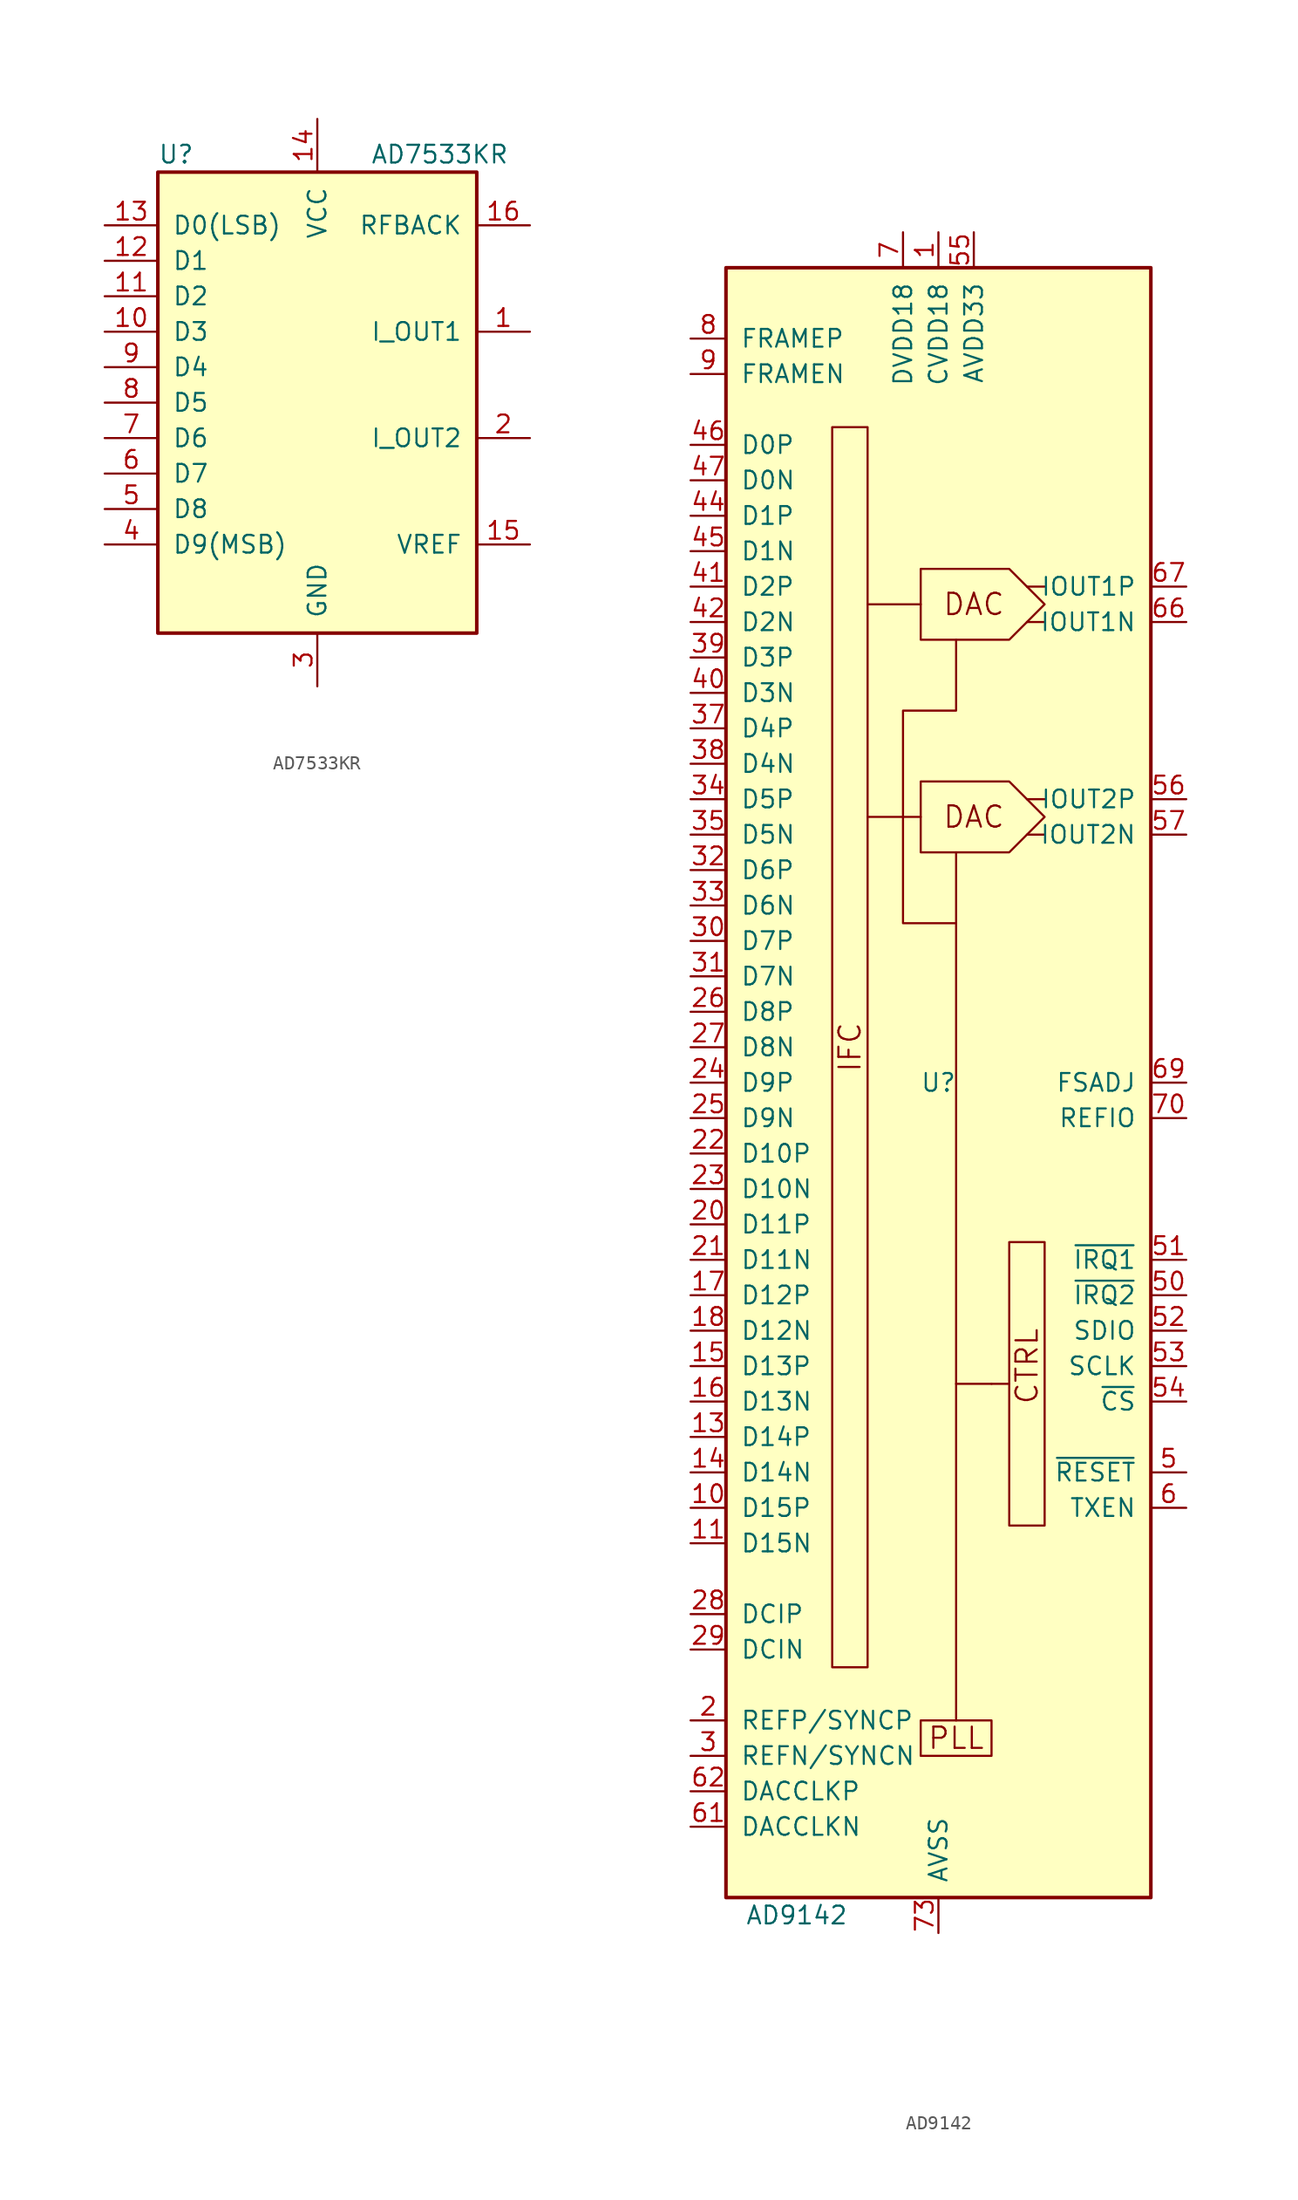
<source format=kicad_sym>
(kicad_symbol_lib
  (version 20211014)
  (generator kicad_symbol_editor)
  (symbol "AD7533KR"
    (pin_names
      (offset 1.016))
    (property "Reference" "U"
      (at -11.43 17.78 0)
      (effects (font (size 1.27 1.27)) (justify left)))
    (property "Value" "AD7533KR"
      (at 3.81 17.78 0)
      (effects (font (size 1.27 1.27)) (justify left)))
    (symbol "AD7533KR_0_1"
      (rectangle (start -11.43 -16.51) (end 11.43 16.51) (stroke (width 0.254) (type default) (color 0 0 0 0)) (fill (type background))))
    (symbol "AD7533KR_1_1"
      (pin passive line (at 15.24 5.08 180) (length 3.81) (name "I_OUT1" (effects (font (size 1.27 1.27)))) (number "1" (effects (font (size 1.27 1.27)))))
      (pin input line (at -15.24 5.08 0) (length 3.81) (name "D3" (effects (font (size 1.27 1.27)))) (number "10" (effects (font (size 1.27 1.27)))))
      (pin input line (at -15.24 7.62 0) (length 3.81) (name "D2" (effects (font (size 1.27 1.27)))) (number "11" (effects (font (size 1.27 1.27)))))
      (pin input line (at -15.24 10.16 0) (length 3.81) (name "D1" (effects (font (size 1.27 1.27)))) (number "12" (effects (font (size 1.27 1.27)))))
      (pin input line (at -15.24 12.7 0) (length 3.81) (name "D0(LSB)" (effects (font (size 1.27 1.27)))) (number "13" (effects (font (size 1.27 1.27)))))
      (pin power_in line (at 0 20.32 270) (length 3.81) (name "VCC" (effects (font (size 1.27 1.27)))) (number "14" (effects (font (size 1.27 1.27)))))
      (pin passive line (at 15.24 -10.16 180) (length 3.81) (name "VREF" (effects (font (size 1.27 1.27)))) (number "15" (effects (font (size 1.27 1.27)))))
      (pin passive line (at 15.24 12.7 180) (length 3.81) (name "RFBACK" (effects (font (size 1.27 1.27)))) (number "16" (effects (font (size 1.27 1.27)))))
      (pin passive line (at 15.24 -2.54 180) (length 3.81) (name "I_OUT2" (effects (font (size 1.27 1.27)))) (number "2" (effects (font (size 1.27 1.27)))))
      (pin power_in line (at 0 -20.32 90) (length 3.81) (name "GND" (effects (font (size 1.27 1.27)))) (number "3" (effects (font (size 1.27 1.27)))))
      (pin input line (at -15.24 -10.16 0) (length 3.81) (name "D9(MSB)" (effects (font (size 1.27 1.27)))) (number "4" (effects (font (size 1.27 1.27)))))
      (pin input line (at -15.24 -7.62 0) (length 3.81) (name "D8" (effects (font (size 1.27 1.27)))) (number "5" (effects (font (size 1.27 1.27)))))
      (pin input line (at -15.24 -5.08 0) (length 3.81) (name "D7" (effects (font (size 1.27 1.27)))) (number "6" (effects (font (size 1.27 1.27)))))
      (pin input line (at -15.24 -2.54 0) (length 3.81) (name "D6" (effects (font (size 1.27 1.27)))) (number "7" (effects (font (size 1.27 1.27)))))
      (pin input line (at -15.24 0 0) (length 3.81) (name "D5" (effects (font (size 1.27 1.27)))) (number "8" (effects (font (size 1.27 1.27)))))
      (pin input line (at -15.24 2.54 0) (length 3.81) (name "D4" (effects (font (size 1.27 1.27)))) (number "9" (effects (font (size 1.27 1.27)))))))
  (symbol "AD9142"
    (pin_names
      (offset 1.016))
    (property "Reference" "U"
      (at 0 0 0)
      (effects (font (size 1.27 1.27))))
    (property "Value" "AD9142"
      (at -10.16 -59.69 0)
      (effects (font (size 1.27 1.27))))
    (symbol "AD9142_0_0"
      (rectangle (start -7.62 46.99) (end -5.08 -41.91) (stroke (width 0) (type default) (color 0 0 0 0)) (fill (type none)))
      (rectangle (start -1.27 -45.72) (end 3.81 -48.26) (stroke (width 0) (type default) (color 0 0 0 0)) (fill (type none)))
      (polyline (pts (xy -1.27 19.05) (xy -5.08 19.05)) (stroke (width 0) (type default) (color 0 0 0 0)) (fill (type none)))
      (polyline (pts (xy -1.27 34.29) (xy -5.08 34.29)) (stroke (width 0) (type default) (color 0 0 0 0)) (fill (type none)))
      (polyline (pts (xy 1.27 -45.72) (xy 1.27 16.51)) (stroke (width 0) (type default) (color 0 0 0 0)) (fill (type none)))
      (polyline (pts (xy 3.81 -21.59) (xy 1.27 -21.59)) (stroke (width 0) (type default) (color 0 0 0 0)) (fill (type none)))
      (polyline (pts (xy 5.08 -21.59) (xy 3.81 -21.59)) (stroke (width 0) (type default) (color 0 0 0 0)) (fill (type none)))
      (polyline (pts (xy 6.35 17.78) (xy 7.62 17.78)) (stroke (width 0) (type default) (color 0 0 0 0)) (fill (type none)))
      (polyline (pts (xy 6.35 20.32) (xy 7.62 20.32)) (stroke (width 0) (type default) (color 0 0 0 0)) (fill (type none)))
      (polyline (pts (xy 6.35 33.02) (xy 7.62 33.02)) (stroke (width 0) (type default) (color 0 0 0 0)) (fill (type none)))
      (polyline (pts (xy 6.35 35.56) (xy 7.62 35.56)) (stroke (width 0) (type default) (color 0 0 0 0)) (fill (type none)))
      (polyline (pts (xy 1.27 11.43) (xy -2.54 11.43) (xy -2.54 26.67) (xy 1.27 26.67) (xy 1.27 31.75)) (stroke (width 0) (type default) (color 0 0 0 0)) (fill (type none)))
      (polyline (pts (xy -1.27 21.59) (xy 5.08 21.59) (xy 7.62 19.05) (xy 5.08 16.51) (xy -1.27 16.51) (xy -1.27 21.59)) (stroke (width 0) (type default) (color 0 0 0 0)) (fill (type none)))
      (polyline (pts (xy -1.27 36.83) (xy 5.08 36.83) (xy 7.62 34.29) (xy 5.08 31.75) (xy -1.27 31.75) (xy -1.27 36.83)) (stroke (width 0) (type default) (color 0 0 0 0)) (fill (type none)))
      (rectangle (start 5.08 -11.43) (end 7.62 -31.75) (stroke (width 0) (type default) (color 0 0 0 0)) (fill (type none)))
      (text "CTRL" (at 6.35 -20.32 900) (effects (font (size 1.524 1.524))))
      (text "DAC" (at 2.54 19.05 0) (effects (font (size 1.524 1.524))))
      (text "DAC" (at 2.54 34.29 0) (effects (font (size 1.524 1.524))))
      (text "IFC" (at -6.35 2.54 900) (effects (font (size 1.524 1.524))))
      (text "PLL" (at 1.27 -46.99 0) (effects (font (size 1.524 1.524)))))
    (symbol "AD9142_0_1"
      (rectangle (start -15.24 58.42) (end 15.24 -58.42) (stroke (width 0.254) (type default) (color 0 0 0 0)) (fill (type background))))
    (symbol "AD9142_1_1"
      (pin power_in line (at 0 60.96 270) (length 2.54) (name "CVDD18" (effects (font (size 1.27 1.27)))) (number "1" (effects (font (size 1.27 1.27)))))
      (pin input line (at -17.78 -30.48 0) (length 2.54) (name "D15P" (effects (font (size 1.27 1.27)))) (number "10" (effects (font (size 1.27 1.27)))))
      (pin input line (at -17.78 -33.02 0) (length 2.54) (name "D15N" (effects (font (size 1.27 1.27)))) (number "11" (effects (font (size 1.27 1.27)))))
      (pin passive line (at -2.54 60.96 270) (length 2.54) hide (name "DVDD18" (effects (font (size 1.27 1.27)))) (number "12" (effects (font (size 1.27 1.27)))))
      (pin input line (at -17.78 -25.4 0) (length 2.54) (name "D14P" (effects (font (size 1.27 1.27)))) (number "13" (effects (font (size 1.27 1.27)))))
      (pin input line (at -17.78 -27.94 0) (length 2.54) (name "D14N" (effects (font (size 1.27 1.27)))) (number "14" (effects (font (size 1.27 1.27)))))
      (pin input line (at -17.78 -20.32 0) (length 2.54) (name "D13P" (effects (font (size 1.27 1.27)))) (number "15" (effects (font (size 1.27 1.27)))))
      (pin input line (at -17.78 -22.86 0) (length 2.54) (name "D13N" (effects (font (size 1.27 1.27)))) (number "16" (effects (font (size 1.27 1.27)))))
      (pin input line (at -17.78 -15.24 0) (length 2.54) (name "D12P" (effects (font (size 1.27 1.27)))) (number "17" (effects (font (size 1.27 1.27)))))
      (pin input line (at -17.78 -17.78 0) (length 2.54) (name "D12N" (effects (font (size 1.27 1.27)))) (number "18" (effects (font (size 1.27 1.27)))))
      (pin passive line (at -2.54 60.96 270) (length 2.54) hide (name "DVDD18" (effects (font (size 1.27 1.27)))) (number "19" (effects (font (size 1.27 1.27)))))
      (pin input line (at -17.78 -45.72 0) (length 2.54) (name "REFP/SYNCP" (effects (font (size 1.27 1.27)))) (number "2" (effects (font (size 1.27 1.27)))))
      (pin input line (at -17.78 -10.16 0) (length 2.54) (name "D11P" (effects (font (size 1.27 1.27)))) (number "20" (effects (font (size 1.27 1.27)))))
      (pin input line (at -17.78 -12.7 0) (length 2.54) (name "D11N" (effects (font (size 1.27 1.27)))) (number "21" (effects (font (size 1.27 1.27)))))
      (pin input line (at -17.78 -5.08 0) (length 2.54) (name "D10P" (effects (font (size 1.27 1.27)))) (number "22" (effects (font (size 1.27 1.27)))))
      (pin input line (at -17.78 -7.62 0) (length 2.54) (name "D10N" (effects (font (size 1.27 1.27)))) (number "23" (effects (font (size 1.27 1.27)))))
      (pin input line (at -17.78 0 0) (length 2.54) (name "D9P" (effects (font (size 1.27 1.27)))) (number "24" (effects (font (size 1.27 1.27)))))
      (pin input line (at -17.78 -2.54 0) (length 2.54) (name "D9N" (effects (font (size 1.27 1.27)))) (number "25" (effects (font (size 1.27 1.27)))))
      (pin input line (at -17.78 5.08 0) (length 2.54) (name "D8P" (effects (font (size 1.27 1.27)))) (number "26" (effects (font (size 1.27 1.27)))))
      (pin input line (at -17.78 2.54 0) (length 2.54) (name "D8N" (effects (font (size 1.27 1.27)))) (number "27" (effects (font (size 1.27 1.27)))))
      (pin input line (at -17.78 -38.1 0) (length 2.54) (name "DCIP" (effects (font (size 1.27 1.27)))) (number "28" (effects (font (size 1.27 1.27)))))
      (pin input line (at -17.78 -40.64 0) (length 2.54) (name "DCIN" (effects (font (size 1.27 1.27)))) (number "29" (effects (font (size 1.27 1.27)))))
      (pin input line (at -17.78 -48.26 0) (length 2.54) (name "REFN/SYNCN" (effects (font (size 1.27 1.27)))) (number "3" (effects (font (size 1.27 1.27)))))
      (pin input line (at -17.78 10.16 0) (length 2.54) (name "D7P" (effects (font (size 1.27 1.27)))) (number "30" (effects (font (size 1.27 1.27)))))
      (pin input line (at -17.78 7.62 0) (length 2.54) (name "D7N" (effects (font (size 1.27 1.27)))) (number "31" (effects (font (size 1.27 1.27)))))
      (pin input line (at -17.78 15.24 0) (length 2.54) (name "D6P" (effects (font (size 1.27 1.27)))) (number "32" (effects (font (size 1.27 1.27)))))
      (pin input line (at -17.78 12.7 0) (length 2.54) (name "D6N" (effects (font (size 1.27 1.27)))) (number "33" (effects (font (size 1.27 1.27)))))
      (pin input line (at -17.78 20.32 0) (length 2.54) (name "D5P" (effects (font (size 1.27 1.27)))) (number "34" (effects (font (size 1.27 1.27)))))
      (pin input line (at -17.78 17.78 0) (length 2.54) (name "D5N" (effects (font (size 1.27 1.27)))) (number "35" (effects (font (size 1.27 1.27)))))
      (pin passive line (at -2.54 60.96 270) (length 2.54) hide (name "DVDD18" (effects (font (size 1.27 1.27)))) (number "36" (effects (font (size 1.27 1.27)))))
      (pin input line (at -17.78 25.4 0) (length 2.54) (name "D4P" (effects (font (size 1.27 1.27)))) (number "37" (effects (font (size 1.27 1.27)))))
      (pin input line (at -17.78 22.86 0) (length 2.54) (name "D4N" (effects (font (size 1.27 1.27)))) (number "38" (effects (font (size 1.27 1.27)))))
      (pin input line (at -17.78 30.48 0) (length 2.54) (name "D3P" (effects (font (size 1.27 1.27)))) (number "39" (effects (font (size 1.27 1.27)))))
      (pin passive line (at 0 60.96 270) (length 2.54) hide (name "CVDD18" (effects (font (size 1.27 1.27)))) (number "4" (effects (font (size 1.27 1.27)))))
      (pin input line (at -17.78 27.94 0) (length 2.54) (name "D3N" (effects (font (size 1.27 1.27)))) (number "40" (effects (font (size 1.27 1.27)))))
      (pin input line (at -17.78 35.56 0) (length 2.54) (name "D2P" (effects (font (size 1.27 1.27)))) (number "41" (effects (font (size 1.27 1.27)))))
      (pin input line (at -17.78 33.02 0) (length 2.54) (name "D2N" (effects (font (size 1.27 1.27)))) (number "42" (effects (font (size 1.27 1.27)))))
      (pin passive line (at -2.54 60.96 270) (length 2.54) hide (name "DVDD18" (effects (font (size 1.27 1.27)))) (number "43" (effects (font (size 1.27 1.27)))))
      (pin input line (at -17.78 40.64 0) (length 2.54) (name "D1P" (effects (font (size 1.27 1.27)))) (number "44" (effects (font (size 1.27 1.27)))))
      (pin input line (at -17.78 38.1 0) (length 2.54) (name "D1N" (effects (font (size 1.27 1.27)))) (number "45" (effects (font (size 1.27 1.27)))))
      (pin input line (at -17.78 45.72 0) (length 2.54) (name "D0P" (effects (font (size 1.27 1.27)))) (number "46" (effects (font (size 1.27 1.27)))))
      (pin input line (at -17.78 43.18 0) (length 2.54) (name "D0N" (effects (font (size 1.27 1.27)))) (number "47" (effects (font (size 1.27 1.27)))))
      (pin passive line (at -2.54 60.96 270) (length 2.54) hide (name "DVDD18" (effects (font (size 1.27 1.27)))) (number "48" (effects (font (size 1.27 1.27)))))
      (pin passive line (at -2.54 60.96 270) (length 2.54) hide (name "DVDD18" (effects (font (size 1.27 1.27)))) (number "49" (effects (font (size 1.27 1.27)))))
      (pin input line (at 17.78 -27.94 180) (length 2.54) (name "~{RESET}" (effects (font (size 1.27 1.27)))) (number "5" (effects (font (size 1.27 1.27)))))
      (pin input line (at 17.78 -15.24 180) (length 2.54) (name "~{IRQ2}" (effects (font (size 1.27 1.27)))) (number "50" (effects (font (size 1.27 1.27)))))
      (pin input line (at 17.78 -12.7 180) (length 2.54) (name "~{IRQ1}" (effects (font (size 1.27 1.27)))) (number "51" (effects (font (size 1.27 1.27)))))
      (pin bidirectional line (at 17.78 -17.78 180) (length 2.54) (name "SDIO" (effects (font (size 1.27 1.27)))) (number "52" (effects (font (size 1.27 1.27)))))
      (pin input line (at 17.78 -20.32 180) (length 2.54) (name "SCLK" (effects (font (size 1.27 1.27)))) (number "53" (effects (font (size 1.27 1.27)))))
      (pin input line (at 17.78 -22.86 180) (length 2.54) (name "~{CS}" (effects (font (size 1.27 1.27)))) (number "54" (effects (font (size 1.27 1.27)))))
      (pin power_in line (at 2.54 60.96 270) (length 2.54) (name "AVDD33" (effects (font (size 1.27 1.27)))) (number "55" (effects (font (size 1.27 1.27)))))
      (pin output line (at 17.78 20.32 180) (length 2.54) (name "IOUT2P" (effects (font (size 1.27 1.27)))) (number "56" (effects (font (size 1.27 1.27)))))
      (pin output line (at 17.78 17.78 180) (length 2.54) (name "IOUT2N" (effects (font (size 1.27 1.27)))) (number "57" (effects (font (size 1.27 1.27)))))
      (pin passive line (at 2.54 60.96 270) (length 2.54) hide (name "AVDD33" (effects (font (size 1.27 1.27)))) (number "58" (effects (font (size 1.27 1.27)))))
      (pin passive line (at 0 60.96 270) (length 2.54) hide (name "CVDD18" (effects (font (size 1.27 1.27)))) (number "59" (effects (font (size 1.27 1.27)))))
      (pin input line (at 17.78 -30.48 180) (length 2.54) (name "TXEN" (effects (font (size 1.27 1.27)))) (number "6" (effects (font (size 1.27 1.27)))))
      (pin passive line (at 0 60.96 270) (length 2.54) hide (name "CVDD18" (effects (font (size 1.27 1.27)))) (number "60" (effects (font (size 1.27 1.27)))))
      (pin input line (at -17.78 -53.34 0) (length 2.54) (name "DACCLKN" (effects (font (size 1.27 1.27)))) (number "61" (effects (font (size 1.27 1.27)))))
      (pin input line (at -17.78 -50.8 0) (length 2.54) (name "DACCLKP" (effects (font (size 1.27 1.27)))) (number "62" (effects (font (size 1.27 1.27)))))
      (pin passive line (at 0 60.96 270) (length 2.54) hide (name "CVDD18" (effects (font (size 1.27 1.27)))) (number "63" (effects (font (size 1.27 1.27)))))
      (pin passive line (at 0 60.96 270) (length 2.54) hide (name "CVDD18" (effects (font (size 1.27 1.27)))) (number "64" (effects (font (size 1.27 1.27)))))
      (pin passive line (at 2.54 60.96 270) (length 2.54) hide (name "AVDD33" (effects (font (size 1.27 1.27)))) (number "65" (effects (font (size 1.27 1.27)))))
      (pin output line (at 17.78 33.02 180) (length 2.54) (name "IOUT1N" (effects (font (size 1.27 1.27)))) (number "66" (effects (font (size 1.27 1.27)))))
      (pin output line (at 17.78 35.56 180) (length 2.54) (name "IOUT1P" (effects (font (size 1.27 1.27)))) (number "67" (effects (font (size 1.27 1.27)))))
      (pin passive line (at 2.54 60.96 270) (length 2.54) hide (name "AVDD33" (effects (font (size 1.27 1.27)))) (number "68" (effects (font (size 1.27 1.27)))))
      (pin input line (at 17.78 0 180) (length 2.54) (name "FSADJ" (effects (font (size 1.27 1.27)))) (number "69" (effects (font (size 1.27 1.27)))))
      (pin power_in line (at -2.54 60.96 270) (length 2.54) (name "DVDD18" (effects (font (size 1.27 1.27)))) (number "7" (effects (font (size 1.27 1.27)))))
      (pin input line (at 17.78 -2.54 180) (length 2.54) (name "REFIO" (effects (font (size 1.27 1.27)))) (number "70" (effects (font (size 1.27 1.27)))))
      (pin passive line (at 0 60.96 270) (length 2.54) hide (name "CVDD18" (effects (font (size 1.27 1.27)))) (number "71" (effects (font (size 1.27 1.27)))))
      (pin passive line (at 0 60.96 270) (length 2.54) hide (name "CVDD18" (effects (font (size 1.27 1.27)))) (number "72" (effects (font (size 1.27 1.27)))))
      (pin power_in line (at 0 -60.96 90) (length 2.54) (name "AVSS" (effects (font (size 1.27 1.27)))) (number "73" (effects (font (size 1.27 1.27)))))
      (pin input line (at -17.78 53.34 0) (length 2.54) (name "FRAMEP" (effects (font (size 1.27 1.27)))) (number "8" (effects (font (size 1.27 1.27)))))
      (pin input line (at -17.78 50.8 0) (length 2.54) (name "FRAMEN" (effects (font (size 1.27 1.27)))) (number "9" (effects (font (size 1.27 1.27))))))))
</source>
